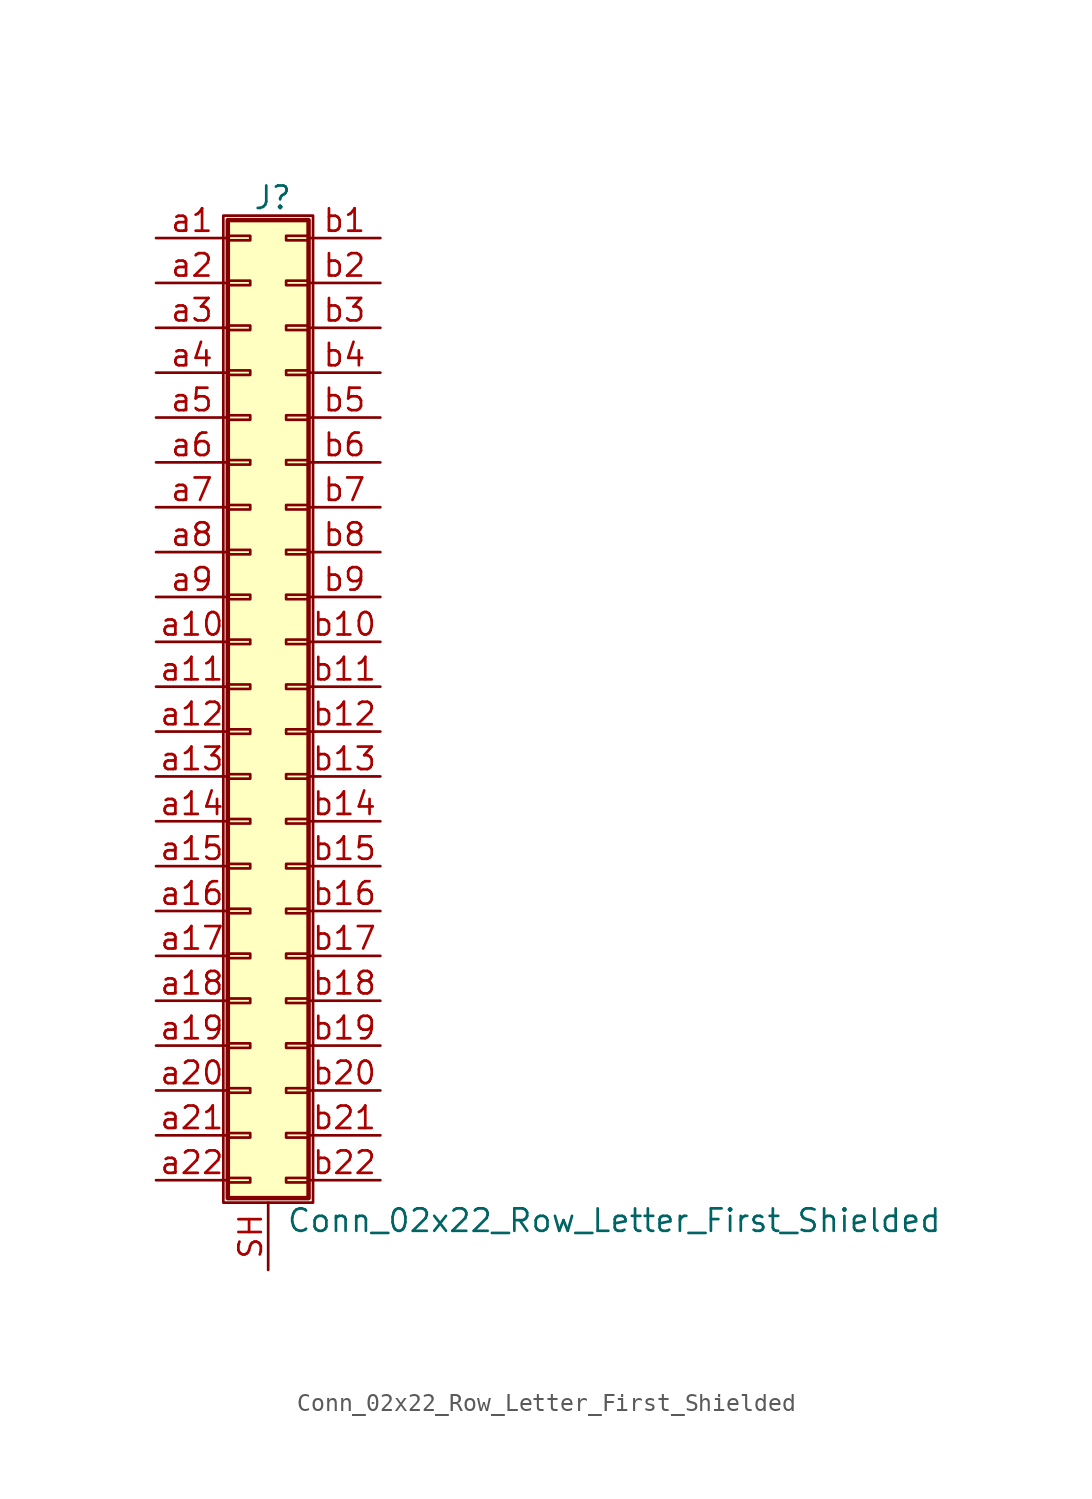
<source format=kicad_sym>
(kicad_symbol_lib
  (version 20201005)
  (generator kicad_symbol_editor)
  (symbol "Conn_02x22_Row_Letter_First_Shielded"
    (pin_names
      (offset 1.016) hide)
    (property "Reference" "J"
      (at 1.524 27.686 0)
      (effects (font (size 1.27 1.27))))
    (property "Value" "Conn_02x22_Row_Letter_First_Shielded"
      (at 2.286 -30.226 0)
      (effects (font (size 1.27 1.27)) (justify left)))
    (symbol "Conn_02x22_Row_Letter_First_Shielded_1_1"
      (rectangle (start -1.27 26.67) (end 3.81 -29.21) (stroke (width 0.152)) (fill (type none)))
      (rectangle (start -1.016 -27.813) (end 0.254 -28.067) (stroke (width 0.152)) (fill (type none)))
      (rectangle (start -1.016 -25.273) (end 0.254 -25.527) (stroke (width 0.152)) (fill (type none)))
      (rectangle (start -1.016 -22.733) (end 0.254 -22.987) (stroke (width 0.152)) (fill (type none)))
      (rectangle (start -1.016 -20.193) (end 0.254 -20.447) (stroke (width 0.152)) (fill (type none)))
      (rectangle (start -1.016 -17.653) (end 0.254 -17.907) (stroke (width 0.152)) (fill (type none)))
      (rectangle (start -1.016 -15.113) (end 0.254 -15.367) (stroke (width 0.152)) (fill (type none)))
      (rectangle (start -1.016 -12.573) (end 0.254 -12.827) (stroke (width 0.152)) (fill (type none)))
      (rectangle (start -1.016 -10.033) (end 0.254 -10.287) (stroke (width 0.152)) (fill (type none)))
      (rectangle (start -1.016 -7.493) (end 0.254 -7.747) (stroke (width 0.152)) (fill (type none)))
      (rectangle (start -1.016 -4.953) (end 0.254 -5.207) (stroke (width 0.152)) (fill (type none)))
      (rectangle (start -1.016 -2.413) (end 0.254 -2.667) (stroke (width 0.152)) (fill (type none)))
      (rectangle (start -1.016 0.127) (end 0.254 -0.127) (stroke (width 0.152)) (fill (type none)))
      (rectangle (start -1.016 2.667) (end 0.254 2.413) (stroke (width 0.152)) (fill (type none)))
      (rectangle (start -1.016 5.207) (end 0.254 4.953) (stroke (width 0.152)) (fill (type none)))
      (rectangle (start -1.016 7.747) (end 0.254 7.493) (stroke (width 0.152)) (fill (type none)))
      (rectangle (start -1.016 10.287) (end 0.254 10.033) (stroke (width 0.152)) (fill (type none)))
      (rectangle (start -1.016 12.827) (end 0.254 12.573) (stroke (width 0.152)) (fill (type none)))
      (rectangle (start -1.016 15.367) (end 0.254 15.113) (stroke (width 0.152)) (fill (type none)))
      (rectangle (start -1.016 17.907) (end 0.254 17.653) (stroke (width 0.152)) (fill (type none)))
      (rectangle (start -1.016 20.447) (end 0.254 20.193) (stroke (width 0.152)) (fill (type none)))
      (rectangle (start -1.016 22.987) (end 0.254 22.733) (stroke (width 0.152)) (fill (type none)))
      (rectangle (start -1.016 25.527) (end 0.254 25.273) (stroke (width 0.152)) (fill (type none)))
      (rectangle (start 3.556 -27.813) (end 2.286 -28.067) (stroke (width 0.152)) (fill (type none)))
      (rectangle (start 3.556 -25.273) (end 2.286 -25.527) (stroke (width 0.152)) (fill (type none)))
      (rectangle (start 3.556 -22.733) (end 2.286 -22.987) (stroke (width 0.152)) (fill (type none)))
      (rectangle (start 3.556 -20.193) (end 2.286 -20.447) (stroke (width 0.152)) (fill (type none)))
      (rectangle (start 3.556 -17.653) (end 2.286 -17.907) (stroke (width 0.152)) (fill (type none)))
      (rectangle (start 3.556 -15.113) (end 2.286 -15.367) (stroke (width 0.152)) (fill (type none)))
      (rectangle (start 3.556 -12.573) (end 2.286 -12.827) (stroke (width 0.152)) (fill (type none)))
      (rectangle (start 3.556 -10.033) (end 2.286 -10.287) (stroke (width 0.152)) (fill (type none)))
      (rectangle (start 3.556 -7.493) (end 2.286 -7.747) (stroke (width 0.152)) (fill (type none)))
      (rectangle (start 3.556 -4.953) (end 2.286 -5.207) (stroke (width 0.152)) (fill (type none)))
      (rectangle (start 3.556 -2.413) (end 2.286 -2.667) (stroke (width 0.152)) (fill (type none)))
      (rectangle (start 3.556 0.127) (end 2.286 -0.127) (stroke (width 0.152)) (fill (type none)))
      (rectangle (start 3.556 2.667) (end 2.286 2.413) (stroke (width 0.152)) (fill (type none)))
      (rectangle (start 3.556 5.207) (end 2.286 4.953) (stroke (width 0.152)) (fill (type none)))
      (rectangle (start 3.556 7.747) (end 2.286 7.493) (stroke (width 0.152)) (fill (type none)))
      (rectangle (start 3.556 10.287) (end 2.286 10.033) (stroke (width 0.152)) (fill (type none)))
      (rectangle (start 3.556 12.827) (end 2.286 12.573) (stroke (width 0.152)) (fill (type none)))
      (rectangle (start 3.556 15.367) (end 2.286 15.113) (stroke (width 0.152)) (fill (type none)))
      (rectangle (start 3.556 17.907) (end 2.286 17.653) (stroke (width 0.152)) (fill (type none)))
      (rectangle (start 3.556 20.447) (end 2.286 20.193) (stroke (width 0.152)) (fill (type none)))
      (rectangle (start 3.556 22.987) (end 2.286 22.733) (stroke (width 0.152)) (fill (type none)))
      (rectangle (start 3.556 25.527) (end 2.286 25.273) (stroke (width 0.152)) (fill (type none)))
      (rectangle (start -1.016 26.416) (end 3.556 -28.956) (stroke (width 0.254)) (fill (type background)))
      (pin passive line (at 1.27 -33.02 90) (length 3.81) (name "Shield" (effects (font (size 1.27 1.27)))) (number "SH" (effects (font (size 1.27 1.27)))))
      (pin passive line (at -5.08 25.4 0) (length 4.064) (name "Pin_a1" (effects (font (size 1.27 1.27)))) (number "a1" (effects (font (size 1.27 1.27)))))
      (pin passive line (at -5.08 2.54 0) (length 4.064) (name "Pin_a10" (effects (font (size 1.27 1.27)))) (number "a10" (effects (font (size 1.27 1.27)))))
      (pin passive line (at -5.08 0 0) (length 4.064) (name "Pin_a11" (effects (font (size 1.27 1.27)))) (number "a11" (effects (font (size 1.27 1.27)))))
      (pin passive line (at -5.08 -2.54 0) (length 4.064) (name "Pin_a12" (effects (font (size 1.27 1.27)))) (number "a12" (effects (font (size 1.27 1.27)))))
      (pin passive line (at -5.08 -5.08 0) (length 4.064) (name "Pin_a13" (effects (font (size 1.27 1.27)))) (number "a13" (effects (font (size 1.27 1.27)))))
      (pin passive line (at -5.08 -7.62 0) (length 4.064) (name "Pin_a14" (effects (font (size 1.27 1.27)))) (number "a14" (effects (font (size 1.27 1.27)))))
      (pin passive line (at -5.08 -10.16 0) (length 4.064) (name "Pin_a15" (effects (font (size 1.27 1.27)))) (number "a15" (effects (font (size 1.27 1.27)))))
      (pin passive line (at -5.08 -12.7 0) (length 4.064) (name "Pin_a16" (effects (font (size 1.27 1.27)))) (number "a16" (effects (font (size 1.27 1.27)))))
      (pin passive line (at -5.08 -15.24 0) (length 4.064) (name "Pin_a17" (effects (font (size 1.27 1.27)))) (number "a17" (effects (font (size 1.27 1.27)))))
      (pin passive line (at -5.08 -17.78 0) (length 4.064) (name "Pin_a18" (effects (font (size 1.27 1.27)))) (number "a18" (effects (font (size 1.27 1.27)))))
      (pin passive line (at -5.08 -20.32 0) (length 4.064) (name "Pin_a19" (effects (font (size 1.27 1.27)))) (number "a19" (effects (font (size 1.27 1.27)))))
      (pin passive line (at -5.08 22.86 0) (length 4.064) (name "Pin_a2" (effects (font (size 1.27 1.27)))) (number "a2" (effects (font (size 1.27 1.27)))))
      (pin passive line (at -5.08 -22.86 0) (length 4.064) (name "Pin_a20" (effects (font (size 1.27 1.27)))) (number "a20" (effects (font (size 1.27 1.27)))))
      (pin passive line (at -5.08 -25.4 0) (length 4.064) (name "Pin_a21" (effects (font (size 1.27 1.27)))) (number "a21" (effects (font (size 1.27 1.27)))))
      (pin passive line (at -5.08 -27.94 0) (length 4.064) (name "Pin_a22" (effects (font (size 1.27 1.27)))) (number "a22" (effects (font (size 1.27 1.27)))))
      (pin passive line (at -5.08 20.32 0) (length 4.064) (name "Pin_a3" (effects (font (size 1.27 1.27)))) (number "a3" (effects (font (size 1.27 1.27)))))
      (pin passive line (at -5.08 17.78 0) (length 4.064) (name "Pin_a4" (effects (font (size 1.27 1.27)))) (number "a4" (effects (font (size 1.27 1.27)))))
      (pin passive line (at -5.08 15.24 0) (length 4.064) (name "Pin_a5" (effects (font (size 1.27 1.27)))) (number "a5" (effects (font (size 1.27 1.27)))))
      (pin passive line (at -5.08 12.7 0) (length 4.064) (name "Pin_a6" (effects (font (size 1.27 1.27)))) (number "a6" (effects (font (size 1.27 1.27)))))
      (pin passive line (at -5.08 10.16 0) (length 4.064) (name "Pin_a7" (effects (font (size 1.27 1.27)))) (number "a7" (effects (font (size 1.27 1.27)))))
      (pin passive line (at -5.08 7.62 0) (length 4.064) (name "Pin_a8" (effects (font (size 1.27 1.27)))) (number "a8" (effects (font (size 1.27 1.27)))))
      (pin passive line (at -5.08 5.08 0) (length 4.064) (name "Pin_a9" (effects (font (size 1.27 1.27)))) (number "a9" (effects (font (size 1.27 1.27)))))
      (pin passive line (at 7.62 25.4 180) (length 4.064) (name "Pin_b1" (effects (font (size 1.27 1.27)))) (number "b1" (effects (font (size 1.27 1.27)))))
      (pin passive line (at 7.62 2.54 180) (length 4.064) (name "Pin_b10" (effects (font (size 1.27 1.27)))) (number "b10" (effects (font (size 1.27 1.27)))))
      (pin passive line (at 7.62 0 180) (length 4.064) (name "Pin_b11" (effects (font (size 1.27 1.27)))) (number "b11" (effects (font (size 1.27 1.27)))))
      (pin passive line (at 7.62 -2.54 180) (length 4.064) (name "Pin_b12" (effects (font (size 1.27 1.27)))) (number "b12" (effects (font (size 1.27 1.27)))))
      (pin passive line (at 7.62 -5.08 180) (length 4.064) (name "Pin_b13" (effects (font (size 1.27 1.27)))) (number "b13" (effects (font (size 1.27 1.27)))))
      (pin passive line (at 7.62 -7.62 180) (length 4.064) (name "Pin_b14" (effects (font (size 1.27 1.27)))) (number "b14" (effects (font (size 1.27 1.27)))))
      (pin passive line (at 7.62 -10.16 180) (length 4.064) (name "Pin_b15" (effects (font (size 1.27 1.27)))) (number "b15" (effects (font (size 1.27 1.27)))))
      (pin passive line (at 7.62 -12.7 180) (length 4.064) (name "Pin_b16" (effects (font (size 1.27 1.27)))) (number "b16" (effects (font (size 1.27 1.27)))))
      (pin passive line (at 7.62 -15.24 180) (length 4.064) (name "Pin_b17" (effects (font (size 1.27 1.27)))) (number "b17" (effects (font (size 1.27 1.27)))))
      (pin passive line (at 7.62 -17.78 180) (length 4.064) (name "Pin_b18" (effects (font (size 1.27 1.27)))) (number "b18" (effects (font (size 1.27 1.27)))))
      (pin passive line (at 7.62 -20.32 180) (length 4.064) (name "Pin_b19" (effects (font (size 1.27 1.27)))) (number "b19" (effects (font (size 1.27 1.27)))))
      (pin passive line (at 7.62 22.86 180) (length 4.064) (name "Pin_b2" (effects (font (size 1.27 1.27)))) (number "b2" (effects (font (size 1.27 1.27)))))
      (pin passive line (at 7.62 -22.86 180) (length 4.064) (name "Pin_b20" (effects (font (size 1.27 1.27)))) (number "b20" (effects (font (size 1.27 1.27)))))
      (pin passive line (at 7.62 -25.4 180) (length 4.064) (name "Pin_b21" (effects (font (size 1.27 1.27)))) (number "b21" (effects (font (size 1.27 1.27)))))
      (pin passive line (at 7.62 -27.94 180) (length 4.064) (name "Pin_b22" (effects (font (size 1.27 1.27)))) (number "b22" (effects (font (size 1.27 1.27)))))
      (pin passive line (at 7.62 20.32 180) (length 4.064) (name "Pin_b3" (effects (font (size 1.27 1.27)))) (number "b3" (effects (font (size 1.27 1.27)))))
      (pin passive line (at 7.62 17.78 180) (length 4.064) (name "Pin_b4" (effects (font (size 1.27 1.27)))) (number "b4" (effects (font (size 1.27 1.27)))))
      (pin passive line (at 7.62 15.24 180) (length 4.064) (name "Pin_b5" (effects (font (size 1.27 1.27)))) (number "b5" (effects (font (size 1.27 1.27)))))
      (pin passive line (at 7.62 12.7 180) (length 4.064) (name "Pin_b6" (effects (font (size 1.27 1.27)))) (number "b6" (effects (font (size 1.27 1.27)))))
      (pin passive line (at 7.62 10.16 180) (length 4.064) (name "Pin_b7" (effects (font (size 1.27 1.27)))) (number "b7" (effects (font (size 1.27 1.27)))))
      (pin passive line (at 7.62 7.62 180) (length 4.064) (name "Pin_b8" (effects (font (size 1.27 1.27)))) (number "b8" (effects (font (size 1.27 1.27)))))
      (pin passive line (at 7.62 5.08 180) (length 4.064) (name "Pin_b9" (effects (font (size 1.27 1.27)))) (number "b9" (effects (font (size 1.27 1.27))))))))
</source>
